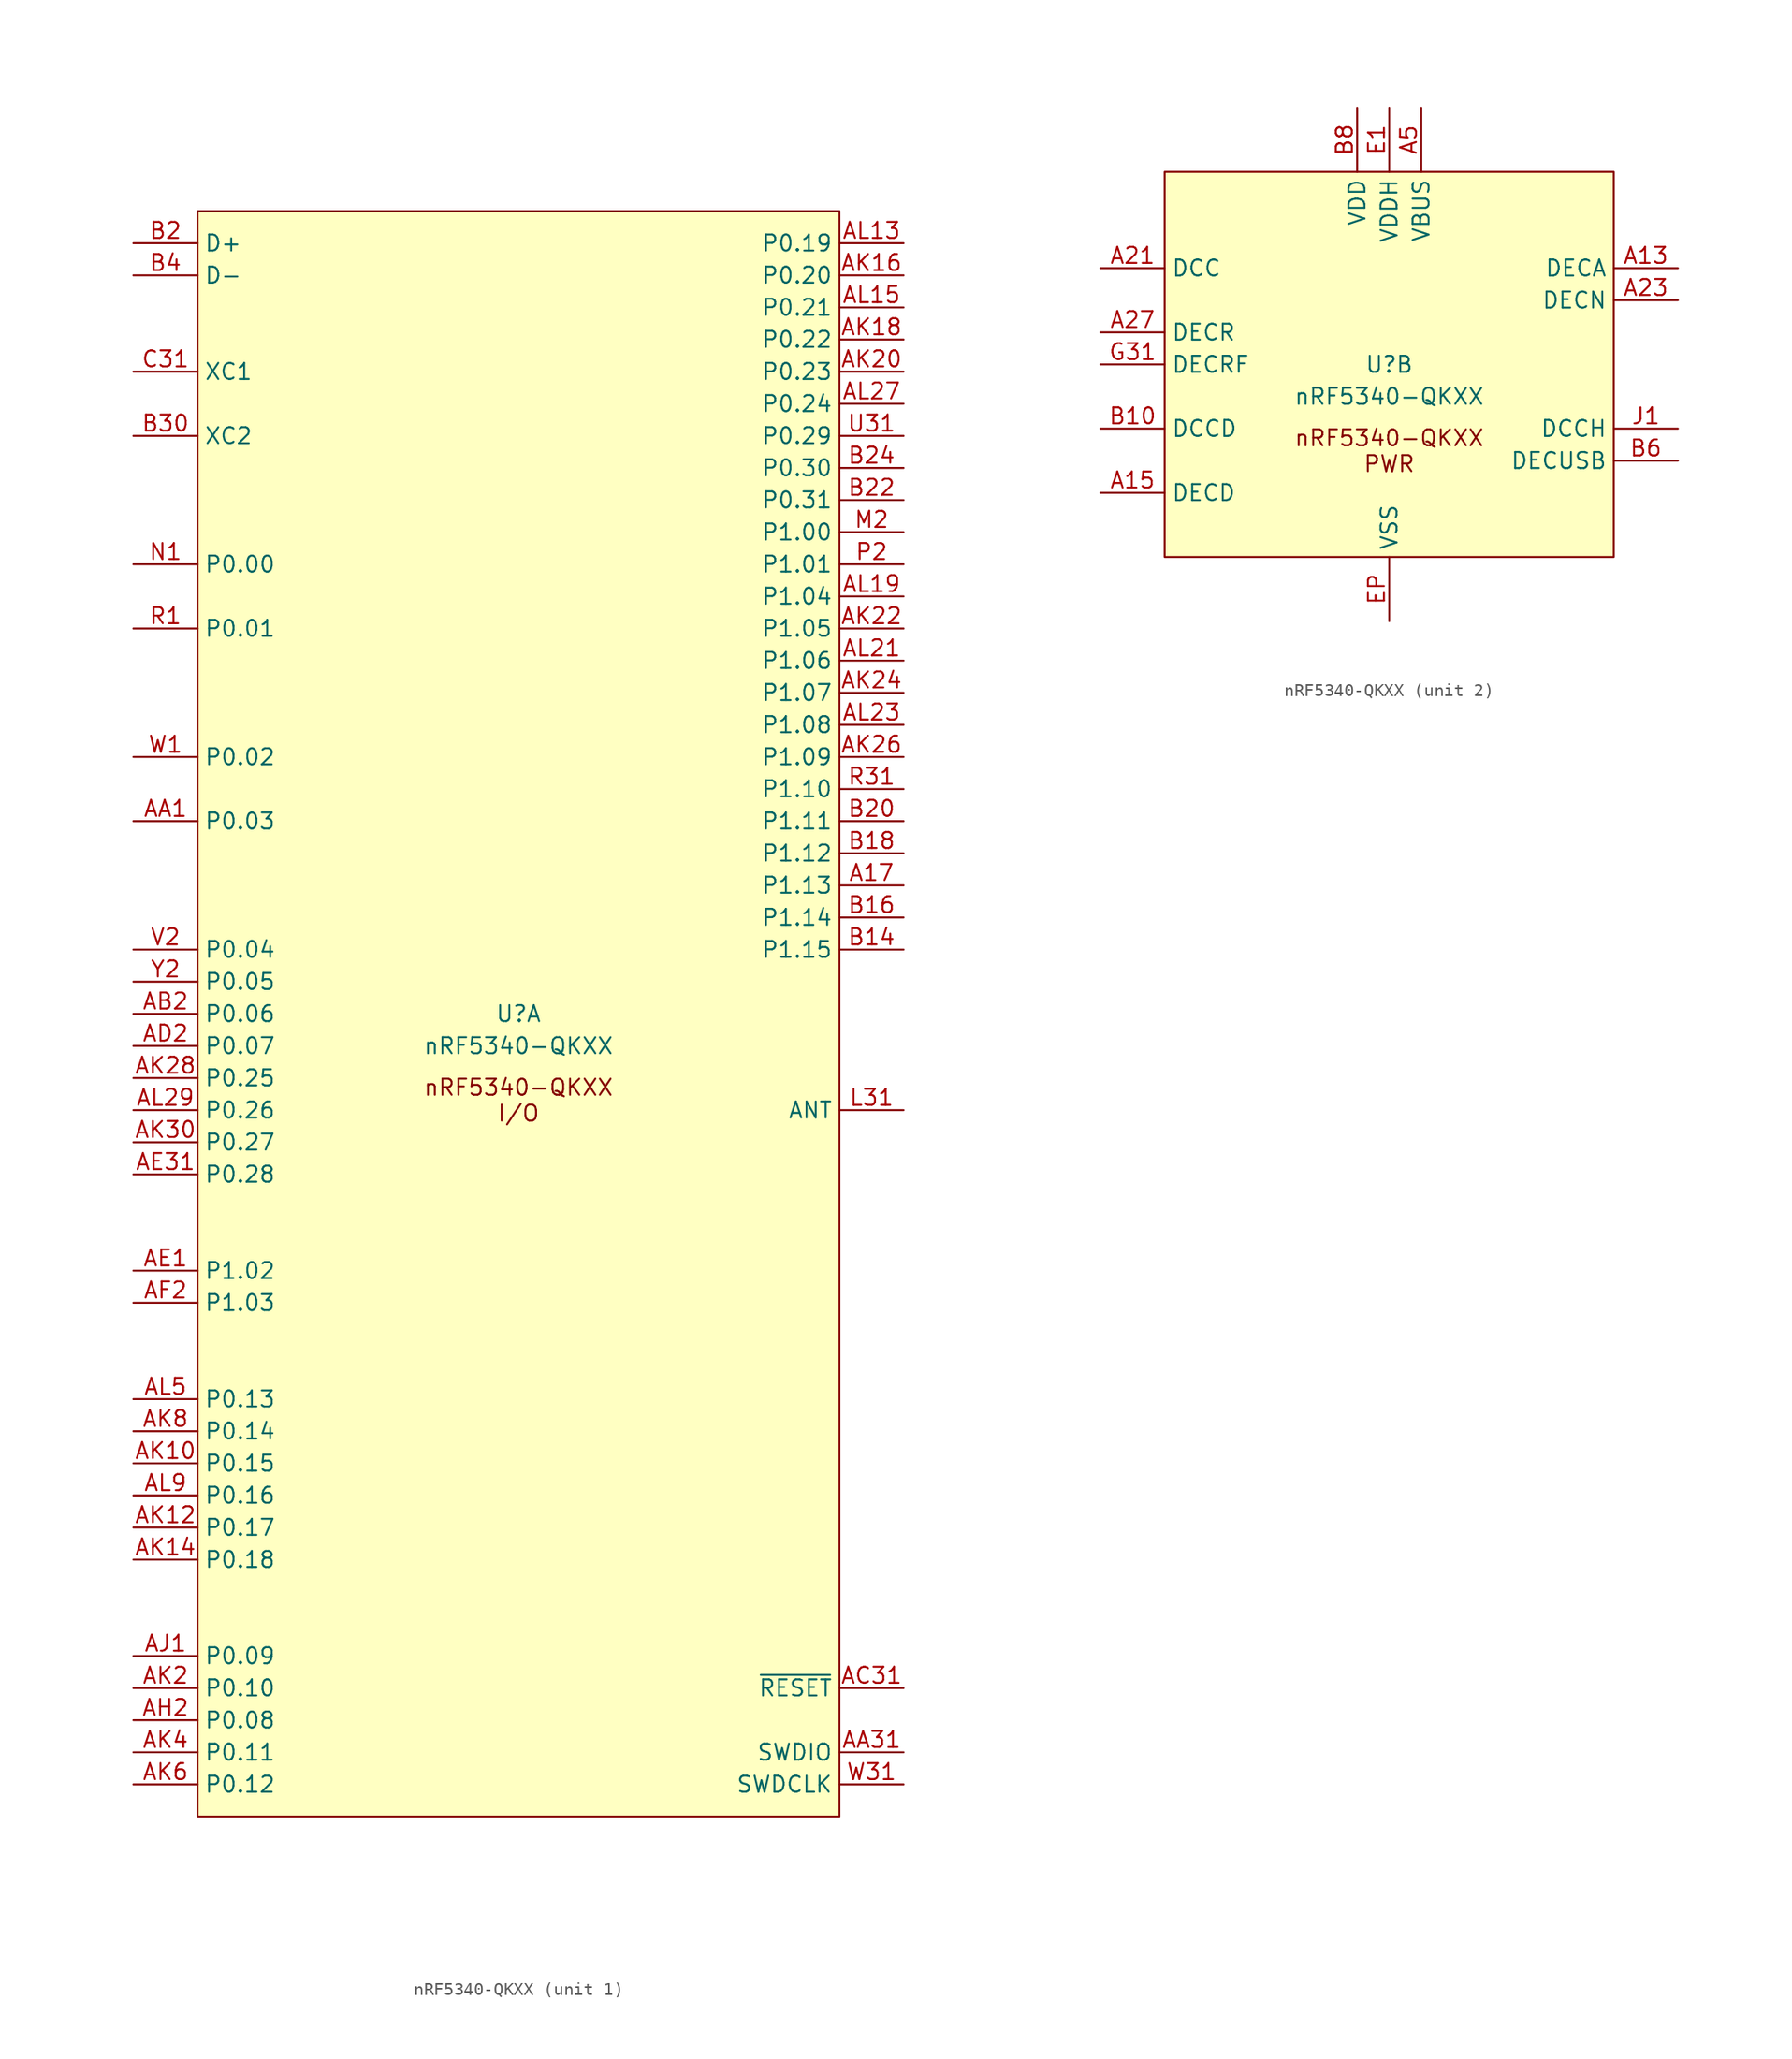
<source format=kicad_sym>
(kicad_symbol_lib
  (version 20241209)
  (generator "kicad_symbol_editor")
  (generator_version "9.0")
  (symbol "nRF5340-QKXX"
    (property "Reference" "U"
      (at 0 0 0)
      (do_not_autoplace)
      (effects (font (size 1.27 1.27))))
    (property "Value" "nRF5340-QKXX"
      (at 0 -2.54 0)
      (do_not_autoplace)
      (effects (font (size 1.27 1.27))))
    (property "ki_locked" ""
      (at 0 0 0)
      (effects (font (size 1.27 1.27))))
    (symbol "nRF5340-QKXX_1_0"
      (pin bidirectional line (at -30.48 60.96 0) (length 5.08) (name "D+" (effects (font (size 1.27 1.27)))) (number "B2" (effects (font (size 1.27 1.27)))))
      (pin bidirectional line (at -30.48 58.42 0) (length 5.08) (name "D-" (effects (font (size 1.27 1.27)))) (number "B4" (effects (font (size 1.27 1.27)))))
      (pin input line (at -30.48 50.8 0) (length 5.08) (name "XC1" (effects (font (size 1.27 1.27)))) (number "C31" (effects (font (size 1.27 1.27)))))
      (pin input line (at -30.48 45.72 0) (length 5.08) (name "XC2" (effects (font (size 1.27 1.27)))) (number "B30" (effects (font (size 1.27 1.27)))))
      (pin bidirectional line (at -30.48 35.56 0) (length 5.08) (name "P0.00" (effects (font (size 1.27 1.27)))) (number "N1" (effects (font (size 1.27 1.27)))) (alternate "XL1" input line))
      (pin bidirectional line (at -30.48 30.48 0) (length 5.08) (name "P0.01" (effects (font (size 1.27 1.27)))) (number "R1" (effects (font (size 1.27 1.27)))) (alternate "XL2" input line))
      (pin bidirectional line (at -30.48 20.32 0) (length 5.08) (name "P0.02" (effects (font (size 1.27 1.27)))) (number "W1" (effects (font (size 1.27 1.27)))) (alternate "NFC1" input line))
      (pin bidirectional line (at -30.48 15.24 0) (length 5.08) (name "P0.03" (effects (font (size 1.27 1.27)))) (number "AA1" (effects (font (size 1.27 1.27)))) (alternate "NFC2" input line))
      (pin bidirectional line (at -30.48 5.08 0) (length 5.08) (name "P0.04" (effects (font (size 1.27 1.27)))) (number "V2" (effects (font (size 1.27 1.27)))) (alternate "AIN0" input line))
      (pin bidirectional line (at -30.48 2.54 0) (length 5.08) (name "P0.05" (effects (font (size 1.27 1.27)))) (number "Y2" (effects (font (size 1.27 1.27)))) (alternate "AIN1" input line))
      (pin bidirectional line (at -30.48 0 0) (length 5.08) (name "P0.06" (effects (font (size 1.27 1.27)))) (number "AB2" (effects (font (size 1.27 1.27)))) (alternate "AIN2" input line))
      (pin bidirectional line (at -30.48 -2.54 0) (length 5.08) (name "P0.07" (effects (font (size 1.27 1.27)))) (number "AD2" (effects (font (size 1.27 1.27)))) (alternate "AIN3" input line))
      (pin bidirectional line (at -30.48 -5.08 0) (length 5.08) (name "P0.25" (effects (font (size 1.27 1.27)))) (number "AK28" (effects (font (size 1.27 1.27)))) (alternate "AIN4" input line))
      (pin bidirectional line (at -30.48 -7.62 0) (length 5.08) (name "P0.26" (effects (font (size 1.27 1.27)))) (number "AL29" (effects (font (size 1.27 1.27)))) (alternate "AIN5" input line))
      (pin bidirectional line (at -30.48 -10.16 0) (length 5.08) (name "P0.27" (effects (font (size 1.27 1.27)))) (number "AK30" (effects (font (size 1.27 1.27)))) (alternate "AIN6" input line))
      (pin bidirectional line (at -30.48 -12.7 0) (length 5.08) (name "P0.28" (effects (font (size 1.27 1.27)))) (number "AE31" (effects (font (size 1.27 1.27)))) (alternate "AIN7" input line))
      (pin bidirectional line (at -30.48 -20.32 0) (length 5.08) (name "P1.02" (effects (font (size 1.27 1.27)))) (number "AE1" (effects (font (size 1.27 1.27)))) (alternate "TWI" bidirectional line))
      (pin bidirectional line (at -30.48 -22.86 0) (length 5.08) (name "P1.03" (effects (font (size 1.27 1.27)))) (number "AF2" (effects (font (size 1.27 1.27)))) (alternate "TWI" bidirectional line))
      (pin bidirectional line (at -30.48 -30.48 0) (length 5.08) (name "P0.13" (effects (font (size 1.27 1.27)))) (number "AL5" (effects (font (size 1.27 1.27)))) (alternate "QSPI_IO0" bidirectional line))
      (pin bidirectional line (at -30.48 -33.02 0) (length 5.08) (name "P0.14" (effects (font (size 1.27 1.27)))) (number "AK8" (effects (font (size 1.27 1.27)))) (alternate "QSPI_IO1" bidirectional line))
      (pin bidirectional line (at -30.48 -35.56 0) (length 5.08) (name "P0.15" (effects (font (size 1.27 1.27)))) (number "AK10" (effects (font (size 1.27 1.27)))) (alternate "QSPI_IO2" bidirectional line))
      (pin bidirectional line (at -30.48 -38.1 0) (length 5.08) (name "P0.16" (effects (font (size 1.27 1.27)))) (number "AL9" (effects (font (size 1.27 1.27)))) (alternate "QSPI_IO3" bidirectional line))
      (pin bidirectional line (at -30.48 -40.64 0) (length 5.08) (name "P0.17" (effects (font (size 1.27 1.27)))) (number "AK12" (effects (font (size 1.27 1.27)))) (alternate "QSPI_SCK" input line))
      (pin bidirectional line (at -30.48 -43.18 0) (length 5.08) (name "P0.18" (effects (font (size 1.27 1.27)))) (number "AK14" (effects (font (size 1.27 1.27)))) (alternate "QSPI_~{CS}" input line))
      (pin bidirectional line (at -30.48 -50.8 0) (length 5.08) (name "P0.09" (effects (font (size 1.27 1.27)))) (number "AJ1" (effects (font (size 1.27 1.27)))) (alternate "HS_SPI_MOSI" output line) (alternate "TRACEDATA[2]" output line))
      (pin bidirectional line (at -30.48 -53.34 0) (length 5.08) (name "P0.10" (effects (font (size 1.27 1.27)))) (number "AK2" (effects (font (size 1.27 1.27)))) (alternate "HS_SPI_MISO" input line) (alternate "TRACEDATA[1]" output line))
      (pin bidirectional line (at -30.48 -55.88 0) (length 5.08) (name "P0.08" (effects (font (size 1.27 1.27)))) (number "AH2" (effects (font (size 1.27 1.27)))) (alternate "HS_SPI_SCK" output line) (alternate "TRACEDATA[3]" bidirectional line))
      (pin bidirectional line (at -30.48 -58.42 0) (length 5.08) (name "P0.11" (effects (font (size 1.27 1.27)))) (number "AK4" (effects (font (size 1.27 1.27)))) (alternate "HS_SPI_~{CS}" input line) (alternate "TRACEDATA[0]" output line))
      (pin bidirectional line (at -30.48 -60.96 0) (length 5.08) (name "P0.12" (effects (font (size 1.27 1.27)))) (number "AK6" (effects (font (size 1.27 1.27)))) (alternate "HS_SPI_DCX" output line) (alternate "TRACECLK" input line))
      (pin no_connect line (at -20.32 60.96 270) (length 5.08) (hide yes) (name "N.C." (effects (font (size 1.27 1.27)))) (number "F2" (effects (font (size 1.27 1.27)))))
      (pin no_connect line (at -17.78 60.96 270) (length 5.08) (hide yes) (name "N.C." (effects (font (size 1.27 1.27)))) (number "K2" (effects (font (size 1.27 1.27)))))
      (pin no_connect line (at -15.24 60.96 270) (length 5.08) (hide yes) (name "N.C." (effects (font (size 1.27 1.27)))) (number "J31" (effects (font (size 1.27 1.27)))))
      (pin no_connect line (at -12.7 60.96 270) (length 5.08) (hide yes) (name "N.C." (effects (font (size 1.27 1.27)))) (number "H2" (effects (font (size 1.27 1.27)))))
      (pin no_connect line (at -10.16 60.96 270) (length 5.08) (hide yes) (name "N.C." (effects (font (size 1.27 1.27)))) (number "AL31" (effects (font (size 1.27 1.27)))))
      (pin no_connect line (at -7.62 60.96 270) (length 5.08) (hide yes) (name "N.C." (effects (font (size 1.27 1.27)))) (number "AL1" (effects (font (size 1.27 1.27)))))
      (pin no_connect line (at -5.08 60.96 270) (length 5.08) (hide yes) (name "N.C." (effects (font (size 1.27 1.27)))) (number "A31" (effects (font (size 1.27 1.27)))))
      (pin no_connect line (at -2.54 60.96 270) (length 5.08) (hide yes) (name "N.C." (effects (font (size 1.27 1.27)))) (number "A1" (effects (font (size 1.27 1.27)))))
      (pin no_connect line (at 0 60.96 270) (length 5.08) (hide yes) (name "N.C." (effects (font (size 1.27 1.27)))) (number "AG31" (effects (font (size 1.27 1.27)))))
      (pin no_connect line (at 2.54 60.96 270) (length 5.08) (hide yes) (name "N.C." (effects (font (size 1.27 1.27)))) (number "T2" (effects (font (size 1.27 1.27)))))
      (pin no_connect line (at 5.08 60.96 270) (length 5.08) (hide yes) (name "N.C." (effects (font (size 1.27 1.27)))) (number "D2" (effects (font (size 1.27 1.27)))))
      (pin no_connect line (at 7.62 60.96 270) (length 5.08) (hide yes) (name "N.C." (effects (font (size 1.27 1.27)))) (number "B26" (effects (font (size 1.27 1.27)))))
      (pin no_connect line (at 10.16 60.96 270) (length 5.08) (hide yes) (name "N.C." (effects (font (size 1.27 1.27)))) (number "B12" (effects (font (size 1.27 1.27)))))
      (pin no_connect line (at 12.7 60.96 270) (length 5.08) (hide yes) (name "N.C." (effects (font (size 1.27 1.27)))) (number "A25" (effects (font (size 1.27 1.27)))))
      (pin no_connect line (at 15.24 60.96 270) (length 5.08) (hide yes) (name "N.C." (effects (font (size 1.27 1.27)))) (number "G1" (effects (font (size 1.27 1.27)))))
      (pin bidirectional line (at 30.48 60.96 180) (length 5.08) (name "P0.19" (effects (font (size 1.27 1.27)))) (number "AL13" (effects (font (size 1.27 1.27)))))
      (pin bidirectional line (at 30.48 58.42 180) (length 5.08) (name "P0.20" (effects (font (size 1.27 1.27)))) (number "AK16" (effects (font (size 1.27 1.27)))))
      (pin bidirectional line (at 30.48 55.88 180) (length 5.08) (name "P0.21" (effects (font (size 1.27 1.27)))) (number "AL15" (effects (font (size 1.27 1.27)))))
      (pin bidirectional line (at 30.48 53.34 180) (length 5.08) (name "P0.22" (effects (font (size 1.27 1.27)))) (number "AK18" (effects (font (size 1.27 1.27)))))
      (pin bidirectional line (at 30.48 50.8 180) (length 5.08) (name "P0.23" (effects (font (size 1.27 1.27)))) (number "AK20" (effects (font (size 1.27 1.27)))))
      (pin bidirectional line (at 30.48 48.26 180) (length 5.08) (name "P0.24" (effects (font (size 1.27 1.27)))) (number "AL27" (effects (font (size 1.27 1.27)))))
      (pin bidirectional line (at 30.48 45.72 180) (length 5.08) (name "P0.29" (effects (font (size 1.27 1.27)))) (number "U31" (effects (font (size 1.27 1.27)))))
      (pin bidirectional line (at 30.48 43.18 180) (length 5.08) (name "P0.30" (effects (font (size 1.27 1.27)))) (number "B24" (effects (font (size 1.27 1.27)))))
      (pin bidirectional line (at 30.48 40.64 180) (length 5.08) (name "P0.31" (effects (font (size 1.27 1.27)))) (number "B22" (effects (font (size 1.27 1.27)))))
      (pin bidirectional line (at 30.48 38.1 180) (length 5.08) (name "P1.00" (effects (font (size 1.27 1.27)))) (number "M2" (effects (font (size 1.27 1.27)))))
      (pin bidirectional line (at 30.48 35.56 180) (length 5.08) (name "P1.01" (effects (font (size 1.27 1.27)))) (number "P2" (effects (font (size 1.27 1.27)))))
      (pin bidirectional line (at 30.48 33.02 180) (length 5.08) (name "P1.04" (effects (font (size 1.27 1.27)))) (number "AL19" (effects (font (size 1.27 1.27)))))
      (pin bidirectional line (at 30.48 30.48 180) (length 5.08) (name "P1.05" (effects (font (size 1.27 1.27)))) (number "AK22" (effects (font (size 1.27 1.27)))))
      (pin bidirectional line (at 30.48 27.94 180) (length 5.08) (name "P1.06" (effects (font (size 1.27 1.27)))) (number "AL21" (effects (font (size 1.27 1.27)))))
      (pin bidirectional line (at 30.48 25.4 180) (length 5.08) (name "P1.07" (effects (font (size 1.27 1.27)))) (number "AK24" (effects (font (size 1.27 1.27)))))
      (pin bidirectional line (at 30.48 22.86 180) (length 5.08) (name "P1.08" (effects (font (size 1.27 1.27)))) (number "AL23" (effects (font (size 1.27 1.27)))))
      (pin bidirectional line (at 30.48 20.32 180) (length 5.08) (name "P1.09" (effects (font (size 1.27 1.27)))) (number "AK26" (effects (font (size 1.27 1.27)))))
      (pin bidirectional line (at 30.48 17.78 180) (length 5.08) (name "P1.10" (effects (font (size 1.27 1.27)))) (number "R31" (effects (font (size 1.27 1.27)))))
      (pin bidirectional line (at 30.48 15.24 180) (length 5.08) (name "P1.11" (effects (font (size 1.27 1.27)))) (number "B20" (effects (font (size 1.27 1.27)))))
      (pin bidirectional line (at 30.48 12.7 180) (length 5.08) (name "P1.12" (effects (font (size 1.27 1.27)))) (number "B18" (effects (font (size 1.27 1.27)))))
      (pin bidirectional line (at 30.48 10.16 180) (length 5.08) (name "P1.13" (effects (font (size 1.27 1.27)))) (number "A17" (effects (font (size 1.27 1.27)))))
      (pin bidirectional line (at 30.48 7.62 180) (length 5.08) (name "P1.14" (effects (font (size 1.27 1.27)))) (number "B16" (effects (font (size 1.27 1.27)))))
      (pin bidirectional line (at 30.48 5.08 180) (length 5.08) (name "P1.15" (effects (font (size 1.27 1.27)))) (number "B14" (effects (font (size 1.27 1.27)))))
      (pin bidirectional line (at 30.48 -7.62 180) (length 5.08) (name "ANT" (effects (font (size 1.27 1.27)))) (number "L31" (effects (font (size 1.27 1.27)))))
      (pin input line (at 30.48 -53.34 180) (length 5.08) (name "~{RESET}" (effects (font (size 1.27 1.27)))) (number "AC31" (effects (font (size 1.27 1.27)))))
      (pin bidirectional line (at 30.48 -58.42 180) (length 5.08) (name "SWDIO" (effects (font (size 1.27 1.27)))) (number "AA31" (effects (font (size 1.27 1.27)))))
      (pin input line (at 30.48 -60.96 180) (length 5.08) (name "SWDCLK" (effects (font (size 1.27 1.27)))) (number "W31" (effects (font (size 1.27 1.27))))))
    (symbol "nRF5340-QKXX_1_1"
      (rectangle (start -25.4 63.5) (end 25.4 -63.5) (stroke (width 0) (type default)) (fill (type background)))
      (text "nRF5340-QKXX\nI/O" (at 0 -5.08 0) (effects (font (size 1.27 1.27)) (justify top))))
    (symbol "nRF5340-QKXX_2_0"
      (pin passive line (at -22.86 7.62 0) (length 5.08) (name "DCC" (effects (font (size 1.27 1.27)))) (number "A21" (effects (font (size 1.27 1.27)))))
      (pin passive line (at -22.86 2.54 0) (length 5.08) (name "DECR" (effects (font (size 1.27 1.27)))) (number "A27" (effects (font (size 1.27 1.27)))))
      (pin passive line (at -22.86 0 0) (length 5.08) (name "DECRF" (effects (font (size 1.27 1.27)))) (number "G31" (effects (font (size 1.27 1.27)))))
      (pin passive line (at -22.86 -5.08 0) (length 5.08) (name "DCCD" (effects (font (size 1.27 1.27)))) (number "B10" (effects (font (size 1.27 1.27)))))
      (pin passive line (at -22.86 -10.16 0) (length 5.08) (name "DECD" (effects (font (size 1.27 1.27)))) (number "A15" (effects (font (size 1.27 1.27)))))
      (pin passive line (at -2.54 20.32 270) (length 5.08) (hide yes) (name "VDD" (effects (font (size 1.27 1.27)))) (number "A19" (effects (font (size 1.27 1.27)))))
      (pin passive line (at -2.54 20.32 270) (length 5.08) (hide yes) (name "VDD" (effects (font (size 1.27 1.27)))) (number "AC1" (effects (font (size 1.27 1.27)))))
      (pin passive line (at -2.54 20.32 270) (length 5.08) (hide yes) (name "VDD" (effects (font (size 1.27 1.27)))) (number "AG1" (effects (font (size 1.27 1.27)))))
      (pin passive line (at -2.54 20.32 270) (length 5.08) (hide yes) (name "VDD" (effects (font (size 1.27 1.27)))) (number "AJ31" (effects (font (size 1.27 1.27)))))
      (pin passive line (at -2.54 20.32 270) (length 5.08) (hide yes) (name "VDD" (effects (font (size 1.27 1.27)))) (number "AL11" (effects (font (size 1.27 1.27)))))
      (pin passive line (at -2.54 20.32 270) (length 5.08) (hide yes) (name "VDD" (effects (font (size 1.27 1.27)))) (number "AL17" (effects (font (size 1.27 1.27)))))
      (pin passive line (at -2.54 20.32 270) (length 5.08) (hide yes) (name "VDD" (effects (font (size 1.27 1.27)))) (number "AL25" (effects (font (size 1.27 1.27)))))
      (pin passive line (at -2.54 20.32 270) (length 5.08) (hide yes) (name "VDD" (effects (font (size 1.27 1.27)))) (number "AL3" (effects (font (size 1.27 1.27)))))
      (pin passive line (at -2.54 20.32 270) (length 5.08) (hide yes) (name "VDD" (effects (font (size 1.27 1.27)))) (number "AL7" (effects (font (size 1.27 1.27)))))
      (pin passive line (at -2.54 20.32 270) (length 5.08) (hide yes) (name "VDD" (effects (font (size 1.27 1.27)))) (number "B28" (effects (font (size 1.27 1.27)))))
      (pin power_in line (at -2.54 20.32 270) (length 5.08) (name "VDD" (effects (font (size 1.27 1.27)))) (number "B8" (effects (font (size 1.27 1.27)))))
      (pin passive line (at -2.54 20.32 270) (length 5.08) (hide yes) (name "VDD" (effects (font (size 1.27 1.27)))) (number "C1" (effects (font (size 1.27 1.27)))))
      (pin passive line (at -2.54 20.32 270) (length 5.08) (hide yes) (name "VDD" (effects (font (size 1.27 1.27)))) (number "E31" (effects (font (size 1.27 1.27)))))
      (pin passive line (at -2.54 20.32 270) (length 5.08) (hide yes) (name "VDD" (effects (font (size 1.27 1.27)))) (number "L1" (effects (font (size 1.27 1.27)))))
      (pin passive line (at -2.54 20.32 270) (length 5.08) (hide yes) (name "VDD" (effects (font (size 1.27 1.27)))) (number "N31" (effects (font (size 1.27 1.27)))))
      (pin passive line (at -2.54 20.32 270) (length 5.08) (hide yes) (name "VDD" (effects (font (size 1.27 1.27)))) (number "U1" (effects (font (size 1.27 1.27)))))
      (pin power_in line (at 0 20.32 270) (length 5.08) (name "VDDH" (effects (font (size 1.27 1.27)))) (number "E1" (effects (font (size 1.27 1.27)))))
      (pin power_in line (at 0 -20.32 90) (length 5.08) (name "VSS" (effects (font (size 1.27 1.27)))) (number "EP" (effects (font (size 1.27 1.27)))))
      (pin power_in line (at 2.54 20.32 270) (length 5.08) (name "VBUS" (effects (font (size 1.27 1.27)))) (number "A5" (effects (font (size 1.27 1.27)))))
      (pin passive line (at 22.86 7.62 180) (length 5.08) (name "DECA" (effects (font (size 1.27 1.27)))) (number "A13" (effects (font (size 1.27 1.27)))))
      (pin passive line (at 22.86 5.08 180) (length 5.08) (name "DECN" (effects (font (size 1.27 1.27)))) (number "A23" (effects (font (size 1.27 1.27)))))
      (pin passive line (at 22.86 -5.08 180) (length 5.08) (name "DCCH" (effects (font (size 1.27 1.27)))) (number "J1" (effects (font (size 1.27 1.27)))))
      (pin passive line (at 22.86 -7.62 180) (length 5.08) (name "DECUSB" (effects (font (size 1.27 1.27)))) (number "B6" (effects (font (size 1.27 1.27))))))
    (symbol "nRF5340-QKXX_2_1"
      (rectangle (start -17.78 15.24) (end 17.78 -15.24) (stroke (width 0) (type default)) (fill (type background)))
      (text "nRF5340-QKXX\nPWR" (at 0 -5.08 0) (effects (font (size 1.27 1.27)) (justify top))))))
</source>
